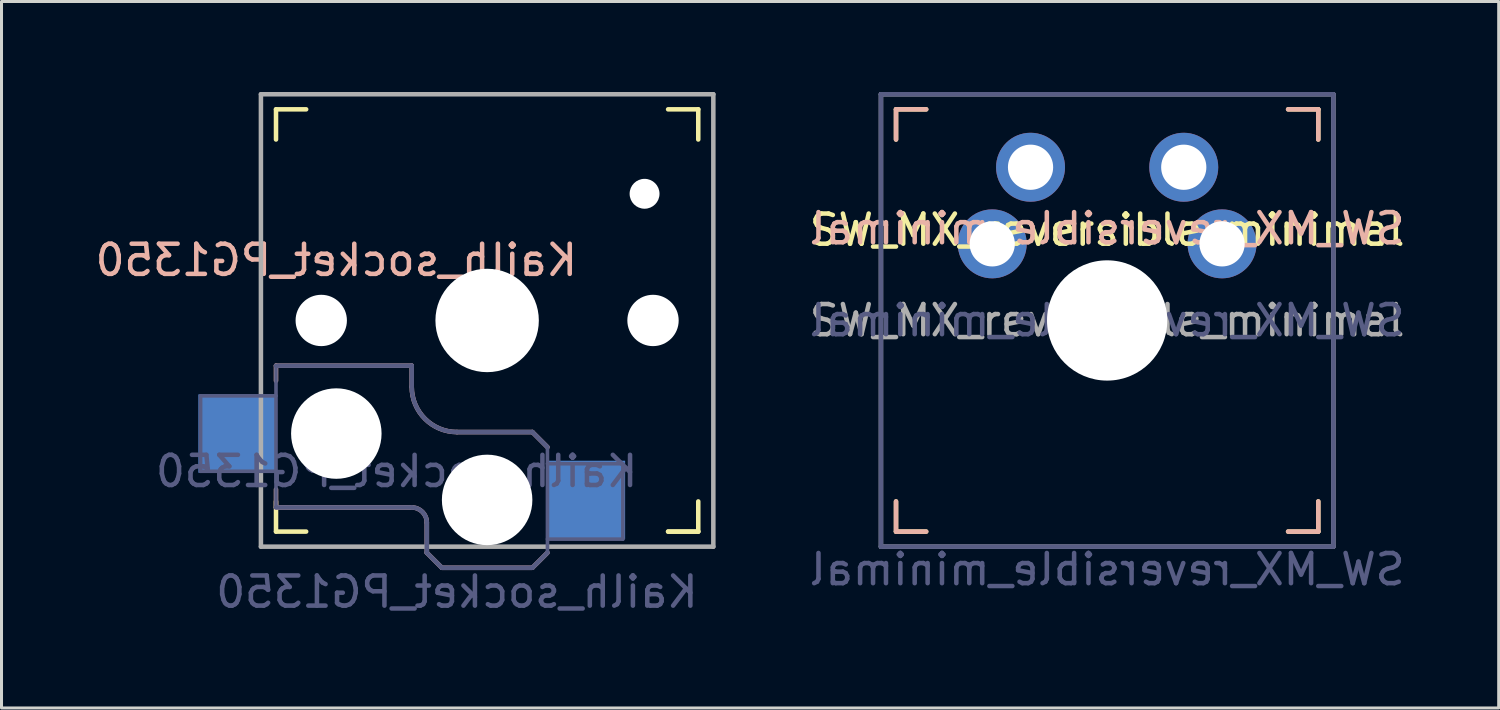
<source format=kicad_pcb>
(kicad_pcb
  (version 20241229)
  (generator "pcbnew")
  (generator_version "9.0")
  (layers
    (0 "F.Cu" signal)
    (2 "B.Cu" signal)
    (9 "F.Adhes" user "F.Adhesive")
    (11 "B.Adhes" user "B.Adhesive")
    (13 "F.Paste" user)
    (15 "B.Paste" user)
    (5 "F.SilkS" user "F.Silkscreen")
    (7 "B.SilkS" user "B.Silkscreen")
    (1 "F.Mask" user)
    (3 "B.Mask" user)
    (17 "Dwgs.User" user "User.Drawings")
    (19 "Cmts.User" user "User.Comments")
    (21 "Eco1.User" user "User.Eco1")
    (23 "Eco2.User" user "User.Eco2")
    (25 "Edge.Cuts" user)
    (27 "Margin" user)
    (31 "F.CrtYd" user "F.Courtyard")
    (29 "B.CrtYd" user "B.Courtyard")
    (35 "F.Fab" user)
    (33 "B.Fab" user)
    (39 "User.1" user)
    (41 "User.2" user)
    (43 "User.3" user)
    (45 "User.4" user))
  (footprint "SW_MX_reversible_minimal"
    (layer "F.Cu")
    (at 33.658 7.575)
    (property "Reference" "SW_MX_reversible_minimal" (at 0 -3 0) (layer "F.SilkS") (effects (font (size 1 1) (thickness 0.15))))
    (property "Value" "SW_MX_reversible_minimal" (at 0 8.255 0) (layer "F.Fab") (hide yes) (effects (font (size 1 1) (thickness 0.15))))
    (attr through_hole)
    (fp_line (start -7 -7) (end -6 -7) (stroke (width 0.15) (type solid)) (layer "F.SilkS"))
    (fp_line (start -7 -6) (end -7 -7) (stroke (width 0.15) (type solid)) (layer "F.SilkS"))
    (fp_line (start -7 7) (end -7 6) (stroke (width 0.15) (type solid)) (layer "F.SilkS"))
    (fp_line (start -6 7) (end -7 7) (stroke (width 0.15) (type solid)) (layer "F.SilkS"))
    (fp_line (start 6 -7) (end 7 -7) (stroke (width 0.15) (type solid)) (layer "F.SilkS"))
    (fp_line (start 7 -7) (end 7 -6) (stroke (width 0.15) (type solid)) (layer "F.SilkS"))
    (fp_line (start 7 6) (end 7 7) (stroke (width 0.15) (type solid)) (layer "F.SilkS"))
    (fp_line (start 7 7) (end 6 7) (stroke (width 0.15) (type solid)) (layer "F.SilkS"))
    (fp_line (start -7 -7) (end -6 -7) (stroke (width 0.15) (type solid)) (layer "B.SilkS"))
    (fp_line (start -7 -6) (end -7 -7) (stroke (width 0.15) (type solid)) (layer "B.SilkS"))
    (fp_line (start -7 7) (end -7 6) (stroke (width 0.15) (type solid)) (layer "B.SilkS"))
    (fp_line (start -6 7) (end -7 7) (stroke (width 0.15) (type solid)) (layer "B.SilkS"))
    (fp_line (start 6 -7) (end 7 -7) (stroke (width 0.15) (type solid)) (layer "B.SilkS"))
    (fp_line (start 7 -7) (end 7 -6) (stroke (width 0.15) (type solid)) (layer "B.SilkS"))
    (fp_line (start 7 6) (end 7 7) (stroke (width 0.15) (type solid)) (layer "B.SilkS"))
    (fp_line (start 7 7) (end 6 7) (stroke (width 0.15) (type solid)) (layer "B.SilkS"))
    (fp_line (start -6.9 6.9) (end -6.9 -6.9) (stroke (width 0.15) (type solid)) (layer "Eco2.User"))
    (fp_line (start -6.9 6.9) (end 6.9 6.9) (stroke (width 0.15) (type solid)) (layer "Eco2.User"))
    (fp_line (start 6.9 -6.9) (end -6.9 -6.9) (stroke (width 0.15) (type solid)) (layer "Eco2.User"))
    (fp_line (start 6.9 -6.9) (end 6.9 6.9) (stroke (width 0.15) (type solid)) (layer "Eco2.User"))
    (fp_line (start -7.5 -7.5) (end 7.5 -7.5) (stroke (width 0.15) (type solid)) (layer "B.Fab"))
    (fp_line (start -7.5 7.5) (end -7.5 -7.5) (stroke (width 0.15) (type solid)) (layer "B.Fab"))
    (fp_line (start 7.5 -7.5) (end 7.5 7.5) (stroke (width 0.15) (type solid)) (layer "B.Fab"))
    (fp_line (start 7.5 7.5) (end -7.5 7.5) (stroke (width 0.15) (type solid)) (layer "B.Fab"))
    (fp_line (start -7.5 -7.5) (end 7.5 -7.5) (stroke (width 0.15) (type solid)) (layer "F.Fab"))
    (fp_line (start -7.5 7.5) (end -7.5 -7.5) (stroke (width 0.15) (type solid)) (layer "F.Fab"))
    (fp_line (start 7.5 -7.5) (end 7.5 7.5) (stroke (width 0.15) (type solid)) (layer "F.Fab"))
    (fp_line (start 7.5 7.5) (end -7.5 7.5) (stroke (width 0.15) (type solid)) (layer "F.Fab"))
    (fp_text user "${REFERENCE}" (at 0 -3.048 0) (layer "B.SilkS") (effects (font (size 1 1) (thickness 0.15)) (justify mirror)))
    (fp_text user "${VALUE}" (at 0 8.255 0) (layer "B.Fab") (effects (font (size 1 1) (thickness 0.15)) (justify mirror)))
    (fp_text user "${REFERENCE}" (at 0 0 0) (layer "B.Fab") (effects (font (size 1 1) (thickness 0.15)) (justify mirror)))
    (fp_text user "${REFERENCE}" (at 0 0 0) (layer "F.Fab") (effects (font (size 1 1) (thickness 0.15))))
    (pad "" np_thru_hole circle (at 0 0) (size 3.988 3.988) (drill 3.988) (layers "*.Cu" "*.Mask"))
    (pad "1" thru_hole circle (at -3.81 -2.54) (size 2.286 2.286) (drill 1.499) (layers "*.Cu" "*.Mask"))
    (pad "1" thru_hole circle (at -2.54 -5.08) (size 2.286 2.286) (drill 1.499) (layers "*.Cu" "*.Mask"))
    (pad "2" thru_hole circle (at 2.54 -5.08) (size 2.286 2.286) (drill 1.499) (layers "*.Cu" "*.Mask"))
    (pad "2" thru_hole circle (at 3.81 -2.54) (size 2.286 2.286) (drill 1.499) (layers "*.Cu" "*.Mask")))
  (footprint "Kailh_socket_PG1350"
    (layer "F.Cu")
    (at 13.101 7.575)
    (property "Reference" "Kailh_socket_PG1350" (at -5 -2 0) (layer "B.SilkS") (effects (font (size 1 1) (thickness 0.15)) (justify mirror)))
    (property "Value" "Kailh_socket_PG1350" (at 0 8.255 0) (layer "F.Fab") (hide yes) (effects (font (size 1 1) (thickness 0.15))))
    (attr smd)
    (fp_line (start -7 -6) (end -7 -7) (stroke (width 0.15) (type solid)) (layer "F.SilkS"))
    (fp_line (start -7 7) (end -7 6) (stroke (width 0.15) (type solid)) (layer "F.SilkS"))
    (fp_line (start -7 7) (end -6 7) (stroke (width 0.15) (type solid)) (layer "F.SilkS"))
    (fp_line (start -6 -7) (end -7 -7) (stroke (width 0.15) (type solid)) (layer "F.SilkS"))
    (fp_line (start 6 7) (end 7 7) (stroke (width 0.15) (type solid)) (layer "F.SilkS"))
    (fp_line (start 7 -7) (end 6 -7) (stroke (width 0.15) (type solid)) (layer "F.SilkS"))
    (fp_line (start 7 -7) (end 7 -6) (stroke (width 0.15) (type solid)) (layer "F.SilkS"))
    (fp_line (start 7 6) (end 7 7) (stroke (width 0.15) (type solid)) (layer "F.SilkS"))
    (fp_line (start 7 7) (end 6 7) (stroke (width 0.15) (type solid)) (layer "F.SilkS"))
    (fp_line (start -7 1.5) (end -7 2) (stroke (width 0.15) (type solid)) (layer "B.SilkS"))
    (fp_line (start -7 5.6) (end -7 6.2) (stroke (width 0.15) (type solid)) (layer "B.SilkS"))
    (fp_line (start -7 6.2) (end -2.5 6.2) (stroke (width 0.15) (type solid)) (layer "B.SilkS"))
    (fp_line (start -2.5 1.5) (end -7 1.5) (stroke (width 0.15) (type solid)) (layer "B.SilkS"))
    (fp_line (start -2.5 2.2) (end -2.5 1.5) (stroke (width 0.15) (type solid)) (layer "B.SilkS"))
    (fp_line (start -2 6.7) (end -2 7.7) (stroke (width 0.15) (type solid)) (layer "B.SilkS"))
    (fp_line (start -1.5 8.2) (end -2 7.7) (stroke (width 0.15) (type solid)) (layer "B.SilkS"))
    (fp_line (start 1.5 3.7) (end -1 3.7) (stroke (width 0.15) (type solid)) (layer "B.SilkS"))
    (fp_line (start 1.5 8.2) (end -1.5 8.2) (stroke (width 0.15) (type solid)) (layer "B.SilkS"))
    (fp_line (start 2 4.2) (end 1.5 3.7) (stroke (width 0.15) (type solid)) (layer "B.SilkS"))
    (fp_line (start 2 7.7) (end 1.5 8.2) (stroke (width 0.15) (type solid)) (layer "B.SilkS"))
    (fp_arc (start -2.5 6.2) (mid -2.146447 6.346447) (end -2 6.7) (stroke (width 0.15) (type solid)) (layer "B.SilkS"))
    (fp_arc (start -1 3.7) (mid -2.06066 3.26066) (end -2.5 2.2) (stroke (width 0.15) (type solid)) (layer "B.SilkS"))
    (fp_line (start -6.9 6.9) (end -6.9 -6.9) (stroke (width 0.15) (type solid)) (layer "Eco2.User"))
    (fp_line (start -6.9 6.9) (end 6.9 6.9) (stroke (width 0.15) (type solid)) (layer "Eco2.User"))
    (fp_line (start -2.6 -3.1) (end -2.6 -6.3) (stroke (width 0.15) (type solid)) (layer "Eco2.User"))
    (fp_line (start -2.6 -3.1) (end 2.6 -3.1) (stroke (width 0.15) (type solid)) (layer "Eco2.User"))
    (fp_line (start 2.6 -6.3) (end -2.6 -6.3) (stroke (width 0.15) (type solid)) (layer "Eco2.User"))
    (fp_line (start 2.6 -3.1) (end 2.6 -6.3) (stroke (width 0.15) (type solid)) (layer "Eco2.User"))
    (fp_line (start 6.9 -6.9) (end -6.9 -6.9) (stroke (width 0.15) (type solid)) (layer "Eco2.User"))
    (fp_line (start 6.9 -6.9) (end 6.9 6.9) (stroke (width 0.15) (type solid)) (layer "Eco2.User"))
    (fp_line (start -9.5 2.5) (end -7 2.5) (stroke (width 0.12) (type solid)) (layer "B.Fab"))
    (fp_line (start -9.5 5) (end -9.5 2.5) (stroke (width 0.12) (type solid)) (layer "B.Fab"))
    (fp_line (start -7 1.5) (end -7 6.2) (stroke (width 0.12) (type solid)) (layer "B.Fab"))
    (fp_line (start -7 5) (end -9.5 5) (stroke (width 0.12) (type solid)) (layer "B.Fab"))
    (fp_line (start -7 6.2) (end -2.5 6.2) (stroke (width 0.15) (type solid)) (layer "B.Fab"))
    (fp_line (start -2.5 1.5) (end -7 1.5) (stroke (width 0.15) (type solid)) (layer "B.Fab"))
    (fp_line (start -2.5 2.2) (end -2.5 1.5) (stroke (width 0.15) (type solid)) (layer "B.Fab"))
    (fp_line (start -2 6.7) (end -2 7.7) (stroke (width 0.15) (type solid)) (layer "B.Fab"))
    (fp_line (start -1.5 8.2) (end -2 7.7) (stroke (width 0.15) (type solid)) (layer "B.Fab"))
    (fp_line (start 1.5 3.7) (end -1 3.7) (stroke (width 0.15) (type solid)) (layer "B.Fab"))
    (fp_line (start 1.5 8.2) (end -1.5 8.2) (stroke (width 0.15) (type solid)) (layer "B.Fab"))
    (fp_line (start 2 4.2) (end 1.5 3.7) (stroke (width 0.15) (type solid)) (layer "B.Fab"))
    (fp_line (start 2 4.25) (end 2 7.7) (stroke (width 0.12) (type solid)) (layer "B.Fab"))
    (fp_line (start 2 4.75) (end 4.5 4.75) (stroke (width 0.12) (type solid)) (layer "B.Fab"))
    (fp_line (start 2 7.7) (end 1.5 8.2) (stroke (width 0.15) (type solid)) (layer "B.Fab"))
    (fp_line (start 4.5 4.75) (end 4.5 7.25) (stroke (width 0.12) (type solid)) (layer "B.Fab"))
    (fp_line (start 4.5 7.25) (end 2 7.25) (stroke (width 0.12) (type solid)) (layer "B.Fab"))
    (fp_arc (start -2.5 6.2) (mid -2.146447 6.346447) (end -2 6.7) (stroke (width 0.15) (type solid)) (layer "B.Fab"))
    (fp_arc (start -1 3.7) (mid -2.06066 3.26066) (end -2.5 2.2) (stroke (width 0.15) (type solid)) (layer "B.Fab"))
    (fp_line (start -7.5 -7.5) (end 7.5 -7.5) (stroke (width 0.15) (type solid)) (layer "F.Fab"))
    (fp_line (start -7.5 7.5) (end -7.5 -7.5) (stroke (width 0.15) (type solid)) (layer "F.Fab"))
    (fp_line (start 7.5 -7.5) (end 7.5 7.5) (stroke (width 0.15) (type solid)) (layer "F.Fab"))
    (fp_line (start 7.5 7.5) (end -7.5 7.5) (stroke (width 0.15) (type solid)) (layer "F.Fab"))
    (fp_text user "${REFERENCE}" (at -3 5 0) (layer "B.Fab") (effects (font (size 1 1) (thickness 0.15)) (justify mirror)))
    (fp_text user "${VALUE}" (at -1 9 0) (layer "B.Fab") (effects (font (size 1 1) (thickness 0.15)) (justify mirror)))
    (pad "" np_thru_hole circle (at -5.5 0) (size 1.702 1.702) (drill 1.702) (layers "*.Cu" "*.Mask"))
    (pad "" np_thru_hole circle (at -5 3.75) (size 3 3) (drill 3) (layers "*.Cu" "*.Mask"))
    (pad "" np_thru_hole circle (at 0 0) (size 3.429 3.429) (drill 3.429) (layers "*.Cu" "*.Mask"))
    (pad "" np_thru_hole circle (at 0 5.95) (size 3 3) (drill 3) (layers "*.Cu" "*.Mask"))
    (pad "" np_thru_hole circle (at 5.22 -4.2) (size 0.991 0.991) (drill 0.991) (layers "*.Cu" "*.Mask"))
    (pad "" np_thru_hole circle (at 5.5 0) (size 1.702 1.702) (drill 1.702) (layers "*.Cu" "*.Mask"))
    (pad "1" smd rect (at 3.275 5.95) (size 2.6 2.6) (layers "B.Cu" "B.Mask" "B.Paste"))
    (pad "2" smd rect (at -8.275 3.75) (size 2.6 2.6) (layers "B.Cu" "B.Mask" "B.Paste")))
  (gr_rect
    (start -3 -3)
    (end 46.64 20.423)
    (stroke (width 0.1) (type default))
    (fill no)
    (layer "Edge.Cuts")))
</source>
